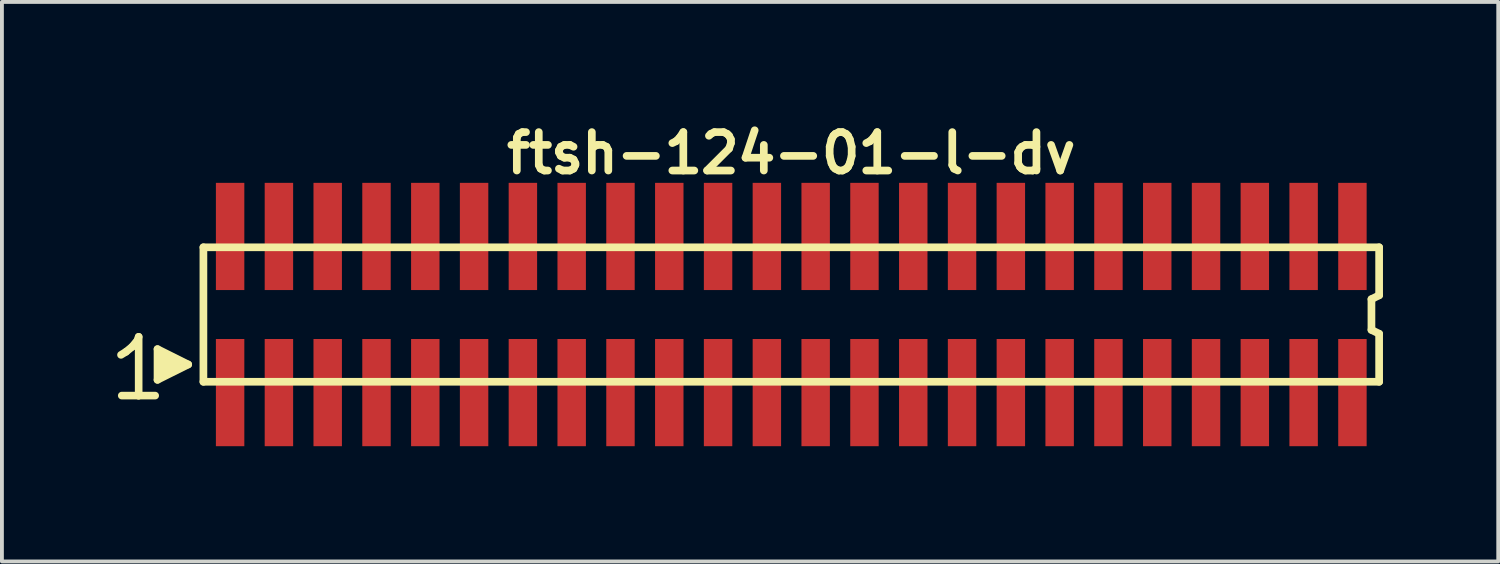
<source format=kicad_pcb>
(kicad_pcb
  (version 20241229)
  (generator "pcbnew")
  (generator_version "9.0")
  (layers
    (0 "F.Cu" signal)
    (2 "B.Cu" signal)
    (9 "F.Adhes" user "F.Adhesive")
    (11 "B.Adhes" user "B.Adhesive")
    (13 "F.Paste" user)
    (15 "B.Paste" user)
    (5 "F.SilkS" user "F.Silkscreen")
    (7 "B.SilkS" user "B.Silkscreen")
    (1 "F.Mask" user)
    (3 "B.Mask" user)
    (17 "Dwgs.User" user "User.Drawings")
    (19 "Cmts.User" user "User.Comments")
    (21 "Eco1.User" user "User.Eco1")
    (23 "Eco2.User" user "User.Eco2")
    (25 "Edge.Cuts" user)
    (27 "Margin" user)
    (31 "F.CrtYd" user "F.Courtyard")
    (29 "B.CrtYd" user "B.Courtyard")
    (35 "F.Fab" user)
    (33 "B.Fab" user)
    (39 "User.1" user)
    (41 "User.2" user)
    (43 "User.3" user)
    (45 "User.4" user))
  (footprint "ftsh-124-01-l-dv"
    (layer "F.Cu")
    (at 17.544 5.136)
    (property "Reference" "ftsh-124-01-l-dv" (at 0 -4.2 0) (layer "F.SilkS") (effects (font (size 1 1) (thickness 0.2))))
    (attr smd)
    (fp_line (start -17.445 1.05) (end -17.315 0.97) (stroke (width 0.198) (type solid)) (layer "F.SilkS"))
    (fp_line (start -17.315 0.97) (end -17.155 0.84) (stroke (width 0.198) (type solid)) (layer "F.SilkS"))
    (fp_line (start -17.155 0.84) (end -17.015 0.67) (stroke (width 0.198) (type solid)) (layer "F.SilkS"))
    (fp_line (start -17.015 0.67) (end -16.985 0.58) (stroke (width 0.198) (type solid)) (layer "F.SilkS"))
    (fp_line (start -16.985 0.58) (end -16.985 2.11) (stroke (width 0.198) (type solid)) (layer "F.SilkS"))
    (fp_line (start -16.985 2.11) (end -17.425 2.11) (stroke (width 0.198) (type solid)) (layer "F.SilkS"))
    (fp_line (start -16.555 2.11) (end -16.995 2.11) (stroke (width 0.198) (type solid)) (layer "F.SilkS"))
    (fp_line (start -16.495 0.9) (end -15.695 1.3) (stroke (width 0.198) (type solid)) (layer "F.SilkS"))
    (fp_line (start -16.495 1.7) (end -16.495 0.9) (stroke (width 0.198) (type solid)) (layer "F.SilkS"))
    (fp_line (start -16.395 1.6) (end -16.395 1) (stroke (width 0.198) (type solid)) (layer "F.SilkS"))
    (fp_line (start -16.295 1.1) (end -16.295 1.5) (stroke (width 0.198) (type solid)) (layer "F.SilkS"))
    (fp_line (start -16.195 1.5) (end -16.195 1.1) (stroke (width 0.198) (type solid)) (layer "F.SilkS"))
    (fp_line (start -16.095 1.2) (end -16.095 1.4) (stroke (width 0.198) (type solid)) (layer "F.SilkS"))
    (fp_line (start -15.995 1.4) (end -15.995 1.2) (stroke (width 0.198) (type solid)) (layer "F.SilkS"))
    (fp_line (start -15.695 1.3) (end -16.495 1.7) (stroke (width 0.198) (type solid)) (layer "F.SilkS"))
    (fp_line (start -15.3 -1.75) (end -15.3 1.75) (stroke (width 0.2) (type solid)) (layer "F.SilkS"))
    (fp_line (start -15.3 -1.75) (end 15.3 -1.75) (stroke (width 0.2) (type solid)) (layer "F.SilkS"))
    (fp_line (start -15.3 1.75) (end 15.3 1.75) (stroke (width 0.2) (type solid)) (layer "F.SilkS"))
    (fp_line (start 15.1 -0.4) (end 15.1 0.4) (stroke (width 0.2) (type solid)) (layer "F.SilkS"))
    (fp_line (start 15.1 0.4) (end 15.3 0.5) (stroke (width 0.2) (type solid)) (layer "F.SilkS"))
    (fp_line (start 15.3 -0.5) (end 15.1 -0.4) (stroke (width 0.2) (type solid)) (layer "F.SilkS"))
    (fp_line (start 15.3 -0.5) (end 15.3 -1.75) (stroke (width 0.2) (type solid)) (layer "F.SilkS"))
    (fp_line (start 15.3 0.5) (end 15.3 1.75) (stroke (width 0.2) (type solid)) (layer "F.SilkS"))
    (pad "1" smd rect (at -14.605 2.032) (size 0.74 2.79) (layers "F.Cu" "F.Mask" "F.Paste"))
    (pad "2" smd rect (at -14.605 -2.032) (size 0.74 2.79) (layers "F.Cu" "F.Mask" "F.Paste"))
    (pad "3" smd rect (at -13.335 2.032) (size 0.74 2.79) (layers "F.Cu" "F.Mask" "F.Paste"))
    (pad "4" smd rect (at -13.335 -2.032) (size 0.74 2.79) (layers "F.Cu" "F.Mask" "F.Paste"))
    (pad "5" smd rect (at -12.065 2.032) (size 0.74 2.79) (layers "F.Cu" "F.Mask" "F.Paste"))
    (pad "6" smd rect (at -12.065 -2.032) (size 0.74 2.79) (layers "F.Cu" "F.Mask" "F.Paste"))
    (pad "7" smd rect (at -10.795 2.032) (size 0.74 2.79) (layers "F.Cu" "F.Mask" "F.Paste"))
    (pad "8" smd rect (at -10.795 -2.032) (size 0.74 2.79) (layers "F.Cu" "F.Mask" "F.Paste"))
    (pad "9" smd rect (at -9.525 2.032) (size 0.74 2.79) (layers "F.Cu" "F.Mask" "F.Paste"))
    (pad "10" smd rect (at -9.525 -2.032) (size 0.74 2.79) (layers "F.Cu" "F.Mask" "F.Paste"))
    (pad "11" smd rect (at -8.255 2.032) (size 0.74 2.79) (layers "F.Cu" "F.Mask" "F.Paste"))
    (pad "12" smd rect (at -8.255 -2.032) (size 0.74 2.79) (layers "F.Cu" "F.Mask" "F.Paste"))
    (pad "13" smd rect (at -6.985 2.032) (size 0.74 2.79) (layers "F.Cu" "F.Mask" "F.Paste"))
    (pad "14" smd rect (at -6.985 -2.032) (size 0.74 2.79) (layers "F.Cu" "F.Mask" "F.Paste"))
    (pad "15" smd rect (at -5.715 2.032) (size 0.74 2.79) (layers "F.Cu" "F.Mask" "F.Paste"))
    (pad "16" smd rect (at -5.715 -2.032) (size 0.74 2.79) (layers "F.Cu" "F.Mask" "F.Paste"))
    (pad "17" smd rect (at -4.445 2.032) (size 0.74 2.79) (layers "F.Cu" "F.Mask" "F.Paste"))
    (pad "18" smd rect (at -4.445 -2.032) (size 0.74 2.79) (layers "F.Cu" "F.Mask" "F.Paste"))
    (pad "19" smd rect (at -3.175 2.032) (size 0.74 2.79) (layers "F.Cu" "F.Mask" "F.Paste"))
    (pad "20" smd rect (at -3.175 -2.032) (size 0.74 2.79) (layers "F.Cu" "F.Mask" "F.Paste"))
    (pad "21" smd rect (at -1.905 2.032) (size 0.74 2.79) (layers "F.Cu" "F.Mask" "F.Paste"))
    (pad "22" smd rect (at -1.905 -2.032) (size 0.74 2.79) (layers "F.Cu" "F.Mask" "F.Paste"))
    (pad "23" smd rect (at -0.635 2.032) (size 0.74 2.79) (layers "F.Cu" "F.Mask" "F.Paste"))
    (pad "24" smd rect (at -0.635 -2.032) (size 0.74 2.79) (layers "F.Cu" "F.Mask" "F.Paste"))
    (pad "25" smd rect (at 0.635 2.032) (size 0.74 2.79) (layers "F.Cu" "F.Mask" "F.Paste"))
    (pad "26" smd rect (at 0.635 -2.032) (size 0.74 2.79) (layers "F.Cu" "F.Mask" "F.Paste"))
    (pad "27" smd rect (at 1.905 2.032) (size 0.74 2.79) (layers "F.Cu" "F.Mask" "F.Paste"))
    (pad "28" smd rect (at 1.905 -2.032) (size 0.74 2.79) (layers "F.Cu" "F.Mask" "F.Paste"))
    (pad "29" smd rect (at 3.175 2.032) (size 0.74 2.79) (layers "F.Cu" "F.Mask" "F.Paste"))
    (pad "30" smd rect (at 3.175 -2.032) (size 0.74 2.79) (layers "F.Cu" "F.Mask" "F.Paste"))
    (pad "31" smd rect (at 4.445 2.032) (size 0.74 2.79) (layers "F.Cu" "F.Mask" "F.Paste"))
    (pad "32" smd rect (at 4.445 -2.032) (size 0.74 2.79) (layers "F.Cu" "F.Mask" "F.Paste"))
    (pad "33" smd rect (at 5.715 2.032) (size 0.74 2.79) (layers "F.Cu" "F.Mask" "F.Paste"))
    (pad "34" smd rect (at 5.715 -2.032) (size 0.74 2.79) (layers "F.Cu" "F.Mask" "F.Paste"))
    (pad "35" smd rect (at 6.985 2.032) (size 0.74 2.79) (layers "F.Cu" "F.Mask" "F.Paste"))
    (pad "36" smd rect (at 6.985 -2.032) (size 0.74 2.79) (layers "F.Cu" "F.Mask" "F.Paste"))
    (pad "37" smd rect (at 8.255 2.032) (size 0.74 2.79) (layers "F.Cu" "F.Mask" "F.Paste"))
    (pad "38" smd rect (at 8.255 -2.032) (size 0.74 2.79) (layers "F.Cu" "F.Mask" "F.Paste"))
    (pad "39" smd rect (at 9.525 2.032) (size 0.74 2.79) (layers "F.Cu" "F.Mask" "F.Paste"))
    (pad "40" smd rect (at 9.525 -2.032) (size 0.74 2.79) (layers "F.Cu" "F.Mask" "F.Paste"))
    (pad "41" smd rect (at 10.795 2.032) (size 0.74 2.79) (layers "F.Cu" "F.Mask" "F.Paste"))
    (pad "42" smd rect (at 10.795 -2.032) (size 0.74 2.79) (layers "F.Cu" "F.Mask" "F.Paste"))
    (pad "43" smd rect (at 12.065 2.032) (size 0.74 2.79) (layers "F.Cu" "F.Mask" "F.Paste"))
    (pad "44" smd rect (at 12.065 -2.032) (size 0.74 2.79) (layers "F.Cu" "F.Mask" "F.Paste"))
    (pad "45" smd rect (at 13.335 2.032) (size 0.74 2.79) (layers "F.Cu" "F.Mask" "F.Paste"))
    (pad "46" smd rect (at 13.335 -2.032) (size 0.74 2.79) (layers "F.Cu" "F.Mask" "F.Paste"))
    (pad "47" smd rect (at 14.605 2.032) (size 0.74 2.79) (layers "F.Cu" "F.Mask" "F.Paste"))
    (pad "48" smd rect (at 14.605 -2.032) (size 0.74 2.79) (layers "F.Cu" "F.Mask" "F.Paste")))
  (gr_rect
    (start -3 -3)
    (end 35.944 11.563)
    (stroke (width 0.1) (type default))
    (fill no)
    (layer "Edge.Cuts")))
</source>
